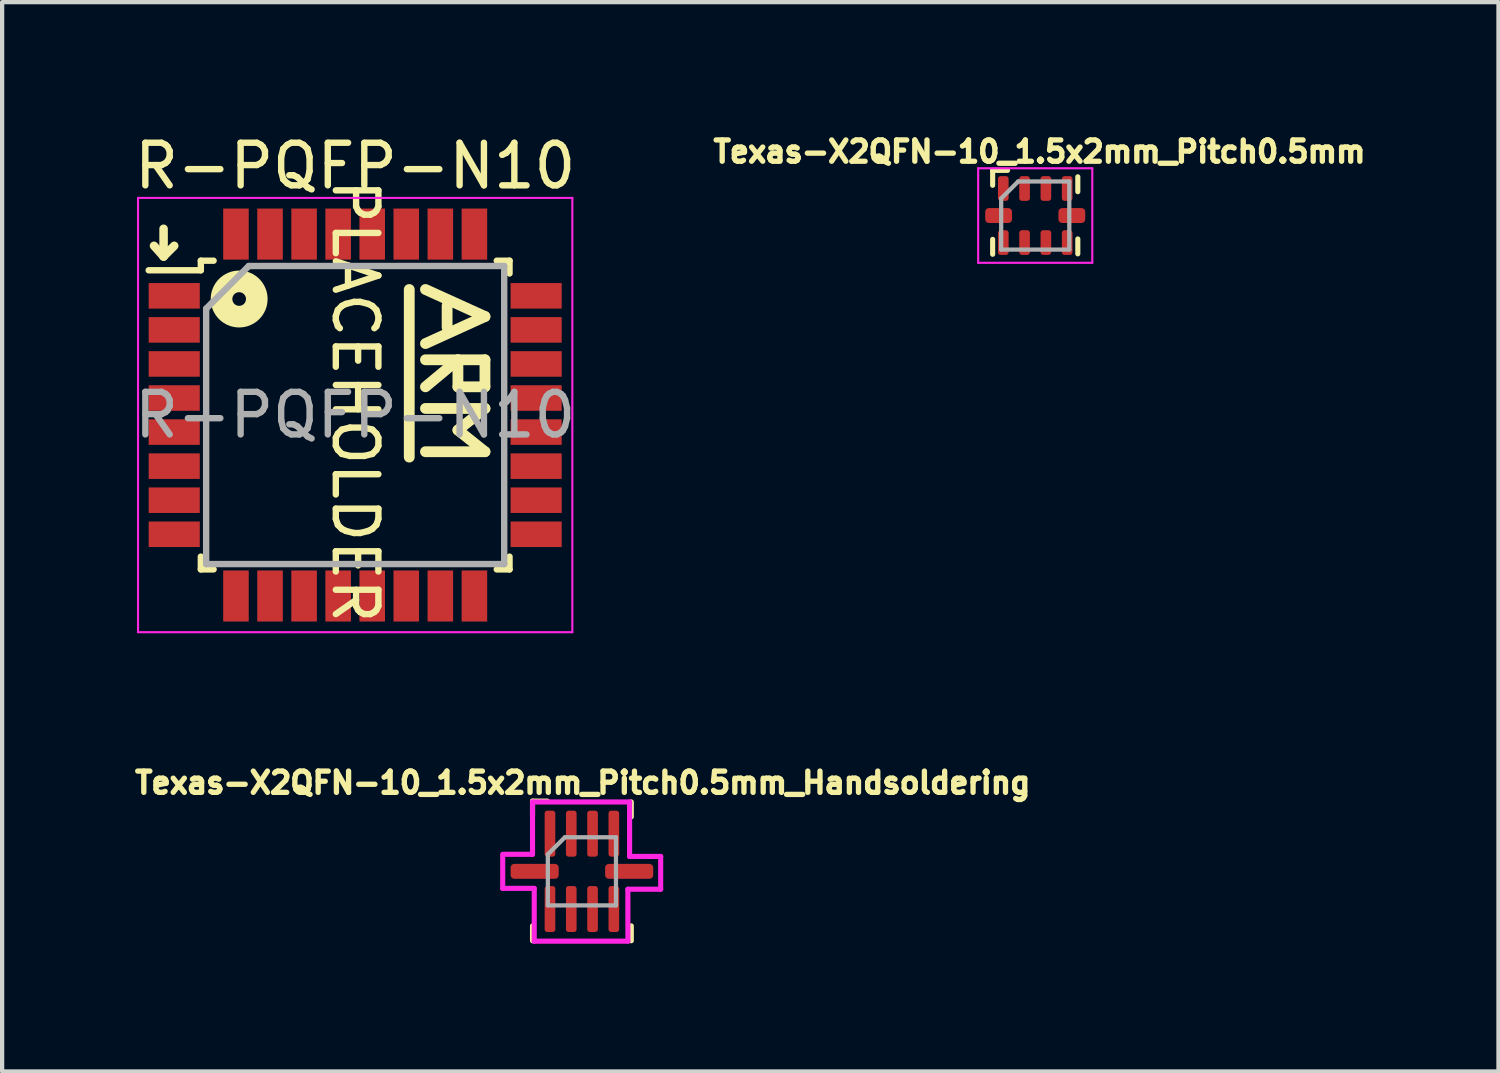
<source format=kicad_pcb>
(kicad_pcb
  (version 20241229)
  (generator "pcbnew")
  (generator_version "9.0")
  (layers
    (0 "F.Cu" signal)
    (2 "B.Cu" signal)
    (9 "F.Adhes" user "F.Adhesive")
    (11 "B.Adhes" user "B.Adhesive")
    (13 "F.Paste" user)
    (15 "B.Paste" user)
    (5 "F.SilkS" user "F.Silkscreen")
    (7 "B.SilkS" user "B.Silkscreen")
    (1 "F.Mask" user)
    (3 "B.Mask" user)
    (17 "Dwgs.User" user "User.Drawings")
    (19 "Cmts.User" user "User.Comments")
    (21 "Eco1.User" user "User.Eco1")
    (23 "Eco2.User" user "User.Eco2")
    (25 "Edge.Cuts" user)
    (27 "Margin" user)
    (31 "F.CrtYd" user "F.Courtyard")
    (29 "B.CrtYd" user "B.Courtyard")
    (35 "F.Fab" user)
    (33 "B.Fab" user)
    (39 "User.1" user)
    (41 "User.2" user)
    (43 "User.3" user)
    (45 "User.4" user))
  (footprint "Texas-X2QFN-10_1.5x2mm_Pitch0.5mm"
    (layer "F.Cu")
    (at 21.264 2.012)
    (property "Reference" "Texas-X2QFN-10_1.5x2mm_Pitch0.5mm" (at 0.1 -1.5 0) (layer "F.SilkS") (effects (font (size 0.5 0.5) (thickness 0.125))))
    (attr smd)
    (fp_line (start -1 -0.71) (end -1 -1.06) (stroke (width 0.12) (type solid)) (layer "F.SilkS"))
    (fp_line (start -1 0.91) (end -1 0.56) (stroke (width 0.12) (type solid)) (layer "F.SilkS"))
    (fp_line (start -0.65 -1.06) (end -1 -1.06) (stroke (width 0.12) (type solid)) (layer "F.SilkS"))
    (fp_line (start 1 -0.91) (end 1 -0.56) (stroke (width 0.12) (type solid)) (layer "F.SilkS"))
    (fp_line (start 1 0.9) (end 1 0.55) (stroke (width 0.12) (type solid)) (layer "F.SilkS"))
    (fp_line (start -1.34 -1.11) (end -1.34 1.11) (stroke (width 0.05) (type solid)) (layer "F.CrtYd"))
    (fp_line (start -1.34 1.11) (end 1.34 1.11) (stroke (width 0.05) (type solid)) (layer "F.CrtYd"))
    (fp_line (start 1.34 -1.11) (end -1.34 -1.11) (stroke (width 0.05) (type solid)) (layer "F.CrtYd"))
    (fp_line (start 1.34 1.11) (end 1.34 -1.11) (stroke (width 0.05) (type solid)) (layer "F.CrtYd"))
    (fp_line (start -0.8 -0.4) (end -0.4 -0.8) (stroke (width 0.1) (type solid)) (layer "F.Fab"))
    (fp_line (start -0.8 0.8) (end -0.8 -0.4) (stroke (width 0.1) (type solid)) (layer "F.Fab"))
    (fp_line (start -0.4 -0.8) (end 0.8 -0.8) (stroke (width 0.1) (type solid)) (layer "F.Fab"))
    (fp_line (start 0.8 -0.8) (end 0.8 0.8) (stroke (width 0.1) (type solid)) (layer "F.Fab"))
    (fp_line (start 0.8 0.8) (end -0.8 0.8) (stroke (width 0.1) (type solid)) (layer "F.Fab"))
    (pad "1" smd roundrect (at -0.75 -0.635) (size 0.25 0.58) (layers "F.Cu" "F.Mask" "F.Paste") (roundrect_rratio 0.25))
    (pad "2" smd roundrect (at -0.25 -0.635) (size 0.25 0.58) (layers "F.Cu" "F.Mask" "F.Paste") (roundrect_rratio 0.25))
    (pad "3" smd roundrect (at 0.25 -0.635) (size 0.25 0.58) (layers "F.Cu" "F.Mask" "F.Paste") (roundrect_rratio 0.25))
    (pad "4" smd roundrect (at 0.75 -0.635) (size 0.25 0.58) (layers "F.Cu" "F.Mask" "F.Paste") (roundrect_rratio 0.25))
    (pad "5" smd roundrect (at 0.86 0) (size 0.63 0.35) (layers "F.Cu" "F.Mask" "F.Paste") (roundrect_rratio 0.25))
    (pad "6" smd roundrect (at 0.75 0.635) (size 0.25 0.58) (layers "F.Cu" "F.Mask" "F.Paste") (roundrect_rratio 0.25))
    (pad "7" smd roundrect (at 0.25 0.635) (size 0.25 0.58) (layers "F.Cu" "F.Mask" "F.Paste") (roundrect_rratio 0.25))
    (pad "8" smd roundrect (at -0.25 0.635) (size 0.25 0.58) (layers "F.Cu" "F.Mask" "F.Paste") (roundrect_rratio 0.25))
    (pad "9" smd roundrect (at -0.75 0.635) (size 0.25 0.58) (layers "F.Cu" "F.Mask" "F.Paste") (roundrect_rratio 0.25))
    (pad "10" smd roundrect (at -0.86 0) (size 0.63 0.35) (layers "F.Cu" "F.Mask" "F.Paste") (roundrect_rratio 0.25)))
  (footprint "R-PQFP-N10"
    (layer "F.Cu")
    (at 5.292 6.698)
    (property "Reference" "R-PQFP-N10" (at 0 -5.85 0) (layer "F.SilkS") (effects (font (size 1 1) (thickness 0.15))))
    (attr smd)
    (fp_line (start -4.5 -4.375) (end -4.5 -3.725) (stroke (width 0.2) (type solid)) (layer "F.SilkS"))
    (fp_line (start -4.5 -3.725) (end -4.725 -3.975) (stroke (width 0.2) (type solid)) (layer "F.SilkS"))
    (fp_line (start -4.5 -3.725) (end -4.25 -3.975) (stroke (width 0.2) (type solid)) (layer "F.SilkS"))
    (fp_line (start -3.625 -3.625) (end -3.625 -3.4) (stroke (width 0.15) (type solid)) (layer "F.SilkS"))
    (fp_line (start -3.625 -3.625) (end -3.325 -3.625) (stroke (width 0.15) (type solid)) (layer "F.SilkS"))
    (fp_line (start -3.625 -3.4) (end -4.85 -3.4) (stroke (width 0.15) (type solid)) (layer "F.SilkS"))
    (fp_line (start -3.625 3.625) (end -3.625 3.325) (stroke (width 0.15) (type solid)) (layer "F.SilkS"))
    (fp_line (start -3.625 3.625) (end -3.325 3.625) (stroke (width 0.15) (type solid)) (layer "F.SilkS"))
    (fp_line (start 1.27 -2.949) (end 1.27 0.988) (stroke (width 0.254) (type solid)) (layer "F.SilkS"))
    (fp_line (start 1.651 -2.949) (end 3.048 -2.314) (stroke (width 0.254) (type solid)) (layer "F.SilkS"))
    (fp_line (start 1.651 -1.298) (end 3.048 -1.298) (stroke (width 0.254) (type solid)) (layer "F.SilkS"))
    (fp_line (start 1.651 -0.155) (end 3.048 -0.155) (stroke (width 0.254) (type solid)) (layer "F.SilkS"))
    (fp_line (start 2.159 -2.568) (end 2.159 -2.06) (stroke (width 0.254) (type solid)) (layer "F.SilkS"))
    (fp_line (start 2.413 -1.298) (end 1.651 -0.663) (stroke (width 0.254) (type solid)) (layer "F.SilkS"))
    (fp_line (start 2.413 -0.663) (end 2.413 -1.298) (stroke (width 0.254) (type solid)) (layer "F.SilkS"))
    (fp_line (start 2.413 0.353) (end 3.048 0.861) (stroke (width 0.254) (type solid)) (layer "F.SilkS"))
    (fp_line (start 3.048 -2.314) (end 1.651 -1.679) (stroke (width 0.254) (type solid)) (layer "F.SilkS"))
    (fp_line (start 3.048 -1.298) (end 3.048 -0.663) (stroke (width 0.254) (type solid)) (layer "F.SilkS"))
    (fp_line (start 3.048 -0.663) (end 2.413 -0.663) (stroke (width 0.254) (type solid)) (layer "F.SilkS"))
    (fp_line (start 3.048 -0.155) (end 2.413 0.353) (stroke (width 0.254) (type solid)) (layer "F.SilkS"))
    (fp_line (start 3.048 0.861) (end 1.651 0.861) (stroke (width 0.254) (type solid)) (layer "F.SilkS"))
    (fp_line (start 3.625 -3.625) (end 3.325 -3.625) (stroke (width 0.15) (type solid)) (layer "F.SilkS"))
    (fp_line (start 3.625 -3.625) (end 3.625 -3.325) (stroke (width 0.15) (type solid)) (layer "F.SilkS"))
    (fp_line (start 3.625 3.625) (end 3.325 3.625) (stroke (width 0.15) (type solid)) (layer "F.SilkS"))
    (fp_line (start 3.625 3.625) (end 3.625 3.325) (stroke (width 0.15) (type solid)) (layer "F.SilkS"))
    (fp_circle (center -2.725 -2.725) (end -2.6 -2.625) (stroke (width 0.508) (type solid)) (fill no) (layer "F.SilkS"))
    (fp_line (start -5.1 -5.1) (end -5.1 5.1) (stroke (width 0.05) (type solid)) (layer "F.CrtYd"))
    (fp_line (start -5.1 -5.1) (end 5.1 -5.1) (stroke (width 0.05) (type solid)) (layer "F.CrtYd"))
    (fp_line (start -5.1 5.1) (end 5.1 5.1) (stroke (width 0.05) (type solid)) (layer "F.CrtYd"))
    (fp_line (start 5.1 -5.1) (end 5.1 5.1) (stroke (width 0.05) (type solid)) (layer "F.CrtYd"))
    (fp_line (start -3.5 -2.5) (end -2.5 -3.5) (stroke (width 0.15) (type solid)) (layer "F.Fab"))
    (fp_line (start -3.5 3.5) (end -3.5 -2.5) (stroke (width 0.15) (type solid)) (layer "F.Fab"))
    (fp_line (start -2.5 -3.5) (end 3.5 -3.5) (stroke (width 0.15) (type solid)) (layer "F.Fab"))
    (fp_line (start 3.5 -3.5) (end 3.5 3.5) (stroke (width 0.15) (type solid)) (layer "F.Fab"))
    (fp_line (start 3.5 3.5) (end -3.5 3.5) (stroke (width 0.15) (type solid)) (layer "F.Fab"))
    (fp_text user "PLACEHOLDER" (at 0 -0.325 270) (unlocked yes) (layer "F.SilkS") (effects (font (size 1 1) (thickness 0.15))))
    (fp_text user "${REFERENCE}" (at 0 0 0) (layer "F.Fab") (effects (font (size 1 1) (thickness 0.15))))
    (pad "1" smd rect (at -4.25 -2.8) (size 1.2 0.6) (layers "F.Cu" "F.Mask" "F.Paste"))
    (pad "2" smd rect (at -4.25 -2) (size 1.2 0.6) (layers "F.Cu" "F.Mask" "F.Paste"))
    (pad "3" smd rect (at -4.25 -1.2) (size 1.2 0.6) (layers "F.Cu" "F.Mask" "F.Paste"))
    (pad "4" smd rect (at -4.25 -0.4) (size 1.2 0.6) (layers "F.Cu" "F.Mask" "F.Paste"))
    (pad "5" smd rect (at -4.25 0.4) (size 1.2 0.6) (layers "F.Cu" "F.Mask" "F.Paste"))
    (pad "6" smd rect (at -4.25 1.2) (size 1.2 0.6) (layers "F.Cu" "F.Mask" "F.Paste"))
    (pad "7" smd rect (at -4.25 2) (size 1.2 0.6) (layers "F.Cu" "F.Mask" "F.Paste"))
    (pad "8" smd rect (at -4.25 2.8) (size 1.2 0.6) (layers "F.Cu" "F.Mask" "F.Paste"))
    (pad "9" smd rect (at -2.8 4.25 90) (size 1.2 0.6) (layers "F.Cu" "F.Mask" "F.Paste"))
    (pad "10" smd rect (at -2 4.25 90) (size 1.2 0.6) (layers "F.Cu" "F.Mask" "F.Paste"))
    (pad "11" smd rect (at -1.2 4.25 90) (size 1.2 0.6) (layers "F.Cu" "F.Mask" "F.Paste"))
    (pad "12" smd rect (at -0.4 4.25 90) (size 1.2 0.6) (layers "F.Cu" "F.Mask" "F.Paste"))
    (pad "13" smd rect (at 0.4 4.25 90) (size 1.2 0.6) (layers "F.Cu" "F.Mask" "F.Paste"))
    (pad "14" smd rect (at 1.2 4.25 90) (size 1.2 0.6) (layers "F.Cu" "F.Mask" "F.Paste"))
    (pad "15" smd rect (at 2 4.25 90) (size 1.2 0.6) (layers "F.Cu" "F.Mask" "F.Paste"))
    (pad "16" smd rect (at 2.8 4.25 90) (size 1.2 0.6) (layers "F.Cu" "F.Mask" "F.Paste"))
    (pad "17" smd rect (at 4.25 2.8) (size 1.2 0.6) (layers "F.Cu" "F.Mask" "F.Paste"))
    (pad "18" smd rect (at 4.25 2) (size 1.2 0.6) (layers "F.Cu" "F.Mask" "F.Paste"))
    (pad "19" smd rect (at 4.25 1.2) (size 1.2 0.6) (layers "F.Cu" "F.Mask" "F.Paste"))
    (pad "20" smd rect (at 4.25 0.4) (size 1.2 0.6) (layers "F.Cu" "F.Mask" "F.Paste"))
    (pad "21" smd rect (at 4.25 -0.4) (size 1.2 0.6) (layers "F.Cu" "F.Mask" "F.Paste"))
    (pad "22" smd rect (at 4.25 -1.2) (size 1.2 0.6) (layers "F.Cu" "F.Mask" "F.Paste"))
    (pad "23" smd rect (at 4.25 -2) (size 1.2 0.6) (layers "F.Cu" "F.Mask" "F.Paste"))
    (pad "24" smd rect (at 4.25 -2.8) (size 1.2 0.6) (layers "F.Cu" "F.Mask" "F.Paste"))
    (pad "25" smd rect (at 2.8 -4.25 90) (size 1.2 0.6) (layers "F.Cu" "F.Mask" "F.Paste"))
    (pad "26" smd rect (at 2 -4.25 90) (size 1.2 0.6) (layers "F.Cu" "F.Mask" "F.Paste"))
    (pad "27" smd rect (at 1.2 -4.25 90) (size 1.2 0.6) (layers "F.Cu" "F.Mask" "F.Paste"))
    (pad "28" smd rect (at 0.4 -4.25 90) (size 1.2 0.6) (layers "F.Cu" "F.Mask" "F.Paste"))
    (pad "29" smd rect (at -0.4 -4.25 90) (size 1.2 0.6) (layers "F.Cu" "F.Mask" "F.Paste"))
    (pad "30" smd rect (at -1.2 -4.25 90) (size 1.2 0.6) (layers "F.Cu" "F.Mask" "F.Paste"))
    (pad "31" smd rect (at -2 -4.25 90) (size 1.2 0.6) (layers "F.Cu" "F.Mask" "F.Paste"))
    (pad "32" smd rect (at -2.8 -4.25 90) (size 1.2 0.6) (layers "F.Cu" "F.Mask" "F.Paste")))
  (footprint "Texas-X2QFN-10_1.5x2mm_Pitch0.5mm_Handsoldering"
    (layer "F.Cu")
    (at 10.617 17.415)
    (property "Reference" "Texas-X2QFN-10_1.5x2mm_Pitch0.5mm_Handsoldering" (at 0.02 -2.08 0) (layer "F.SilkS") (effects (font (size 0.5 0.5) (thickness 0.125))))
    (attr smd)
    (fp_line (start -1.16 -1.3) (end -1.16 -1.65) (stroke (width 0.12) (type solid)) (layer "F.SilkS"))
    (fp_line (start -1.16 1.63) (end -1.16 1.28) (stroke (width 0.12) (type solid)) (layer "F.SilkS"))
    (fp_line (start -0.81 -1.65) (end -1.16 -1.65) (stroke (width 0.12) (type solid)) (layer "F.SilkS"))
    (fp_line (start 1.16 -1.63) (end 1.16 -1.28) (stroke (width 0.12) (type solid)) (layer "F.SilkS"))
    (fp_line (start 1.16 1.63) (end 1.16 1.28) (stroke (width 0.12) (type solid)) (layer "F.SilkS"))
    (fp_line (start -1.86 0.4) (end -1.86 -0.4) (stroke (width 0.12) (type solid)) (layer "F.CrtYd"))
    (fp_line (start -1.83 -0.4) (end -1.16 -0.4) (stroke (width 0.12) (type solid)) (layer "F.CrtYd"))
    (fp_line (start -1.16 -1.63) (end 1.12 -1.63) (stroke (width 0.12) (type solid)) (layer "F.CrtYd"))
    (fp_line (start -1.16 -0.4) (end -1.16 -1.63) (stroke (width 0.12) (type solid)) (layer "F.CrtYd"))
    (fp_line (start -1.12 0.4) (end -1.86 0.4) (stroke (width 0.12) (type solid)) (layer "F.CrtYd"))
    (fp_line (start -1.12 1.64) (end -1.12 0.4) (stroke (width 0.12) (type solid)) (layer "F.CrtYd"))
    (fp_line (start 1.08 0.42) (end 1.08 1.64) (stroke (width 0.12) (type solid)) (layer "F.CrtYd"))
    (fp_line (start 1.08 1.64) (end -1.12 1.64) (stroke (width 0.12) (type solid)) (layer "F.CrtYd"))
    (fp_line (start 1.12 -1.63) (end 1.12 -0.35) (stroke (width 0.12) (type solid)) (layer "F.CrtYd"))
    (fp_line (start 1.12 -0.35) (end 1.85 -0.35) (stroke (width 0.12) (type solid)) (layer "F.CrtYd"))
    (fp_line (start 1.85 -0.35) (end 1.85 0.42) (stroke (width 0.12) (type solid)) (layer "F.CrtYd"))
    (fp_line (start 1.85 0.42) (end 1.08 0.42) (stroke (width 0.12) (type solid)) (layer "F.CrtYd"))
    (fp_line (start -0.8 -0.4) (end -0.4 -0.8) (stroke (width 0.1) (type solid)) (layer "F.Fab"))
    (fp_line (start -0.8 0.8) (end -0.8 -0.4) (stroke (width 0.1) (type solid)) (layer "F.Fab"))
    (fp_line (start -0.4 -0.8) (end 0.8 -0.8) (stroke (width 0.1) (type solid)) (layer "F.Fab"))
    (fp_line (start 0.8 -0.8) (end 0.8 0.8) (stroke (width 0.1) (type solid)) (layer "F.Fab"))
    (fp_line (start 0.8 0.8) (end -0.8 0.8) (stroke (width 0.1) (type solid)) (layer "F.Fab"))
    (pad "1" smd roundrect (at -0.75 -0.885) (size 0.25 1.08) (layers "F.Cu" "F.Mask" "F.Paste") (roundrect_rratio 0.25))
    (pad "2" smd roundrect (at -0.25 -0.885) (size 0.25 1.08) (layers "F.Cu" "F.Mask" "F.Paste") (roundrect_rratio 0.25))
    (pad "3" smd roundrect (at 0.25 -0.885) (size 0.25 1.08) (layers "F.Cu" "F.Mask" "F.Paste") (roundrect_rratio 0.25))
    (pad "4" smd roundrect (at 0.75 -0.885) (size 0.25 1.08) (layers "F.Cu" "F.Mask" "F.Paste") (roundrect_rratio 0.25))
    (pad "5" smd roundrect (at 1.11 0) (size 1.13 0.35) (layers "F.Cu" "F.Mask" "F.Paste") (roundrect_rratio 0.25))
    (pad "6" smd roundrect (at 0.75 0.885) (size 0.25 1.08) (layers "F.Cu" "F.Mask" "F.Paste") (roundrect_rratio 0.25))
    (pad "7" smd roundrect (at 0.25 0.885) (size 0.25 1.08) (layers "F.Cu" "F.Mask" "F.Paste") (roundrect_rratio 0.25))
    (pad "8" smd roundrect (at -0.25 0.885) (size 0.25 1.08) (layers "F.Cu" "F.Mask" "F.Paste") (roundrect_rratio 0.25))
    (pad "9" smd roundrect (at -0.75 0.885) (size 0.25 1.08) (layers "F.Cu" "F.Mask" "F.Paste") (roundrect_rratio 0.25))
    (pad "10" smd roundrect (at -1.11 0) (size 1.13 0.35) (layers "F.Cu" "F.Mask" "F.Paste") (roundrect_rratio 0.25)))
  (gr_rect
    (start -3 -3)
    (end 32.144 22.115)
    (stroke (width 0.1) (type default))
    (fill no)
    (layer "Edge.Cuts")))
</source>
